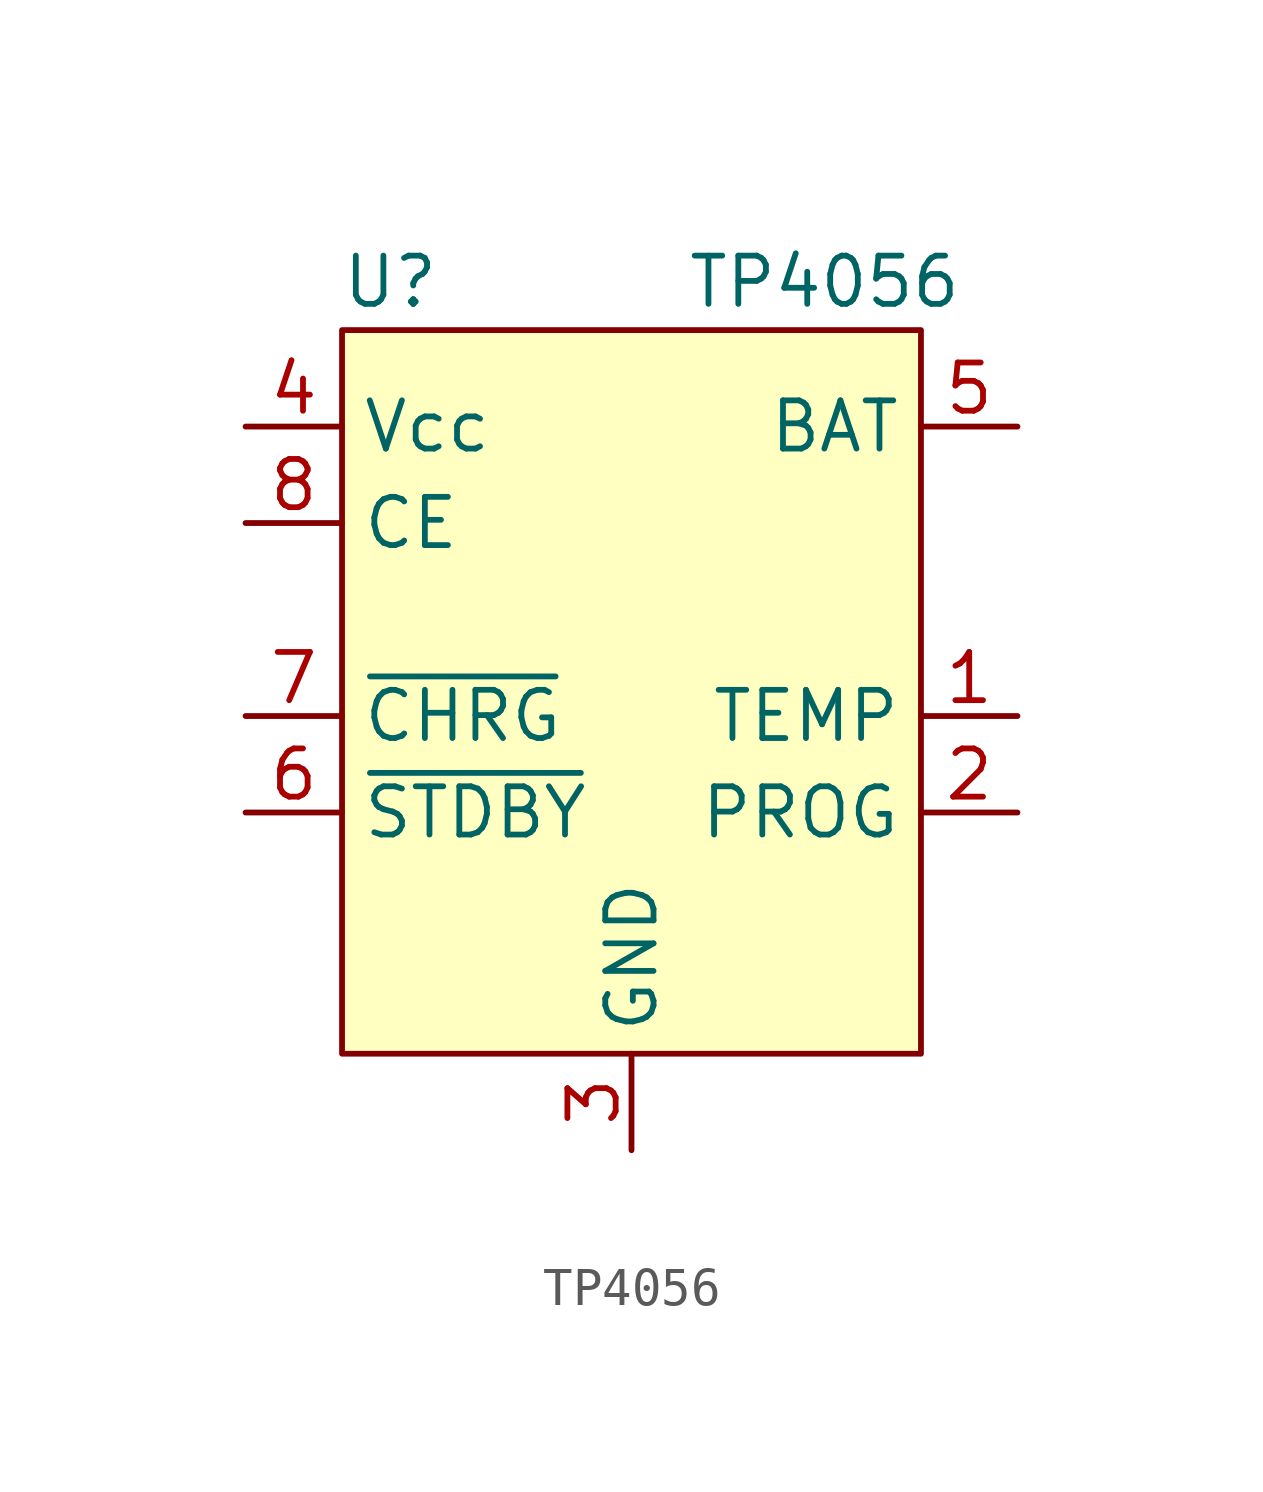
<source format=kicad_sym>
(kicad_symbol_lib
  (version 20211014)
  (generator kicad_symbol_editor)
  (symbol "TP4056"
    (property "Reference" "U"
      (at -6.35 8.89 0)
      (effects (font (size 1.27 1.27))))
    (property "Value" "TP4056"
      (at 5.08 8.89 0)
      (effects (font (size 1.27 1.27))))
    (symbol "TP4056_0_1"
      (rectangle (start -7.62 7.62) (end 7.62 -11.43) (stroke (width 0) (type default) (color 0 0 0 0)) (fill (type background))))
    (symbol "TP4056_1_1"
      (pin input line (at 10.16 -2.54 180) (length 2.54) (name "TEMP" (effects (font (size 1.27 1.27)))) (number "1" (effects (font (size 1.27 1.27)))))
      (pin input line (at 10.16 -5.08 180) (length 2.54) (name "PROG" (effects (font (size 1.27 1.27)))) (number "2" (effects (font (size 1.27 1.27)))))
      (pin power_in line (at 0 -13.97 90) (length 2.54) (name "GND" (effects (font (size 1.27 1.27)))) (number "3" (effects (font (size 1.27 1.27)))))
      (pin power_in line (at -10.16 5.08 0) (length 2.54) (name "Vcc" (effects (font (size 1.27 1.27)))) (number "4" (effects (font (size 1.27 1.27)))))
      (pin power_out line (at 10.16 5.08 180) (length 2.54) (name "BAT" (effects (font (size 1.27 1.27)))) (number "5" (effects (font (size 1.27 1.27)))))
      (pin open_collector line (at -10.16 -5.08 0) (length 2.54) (name "~{STDBY}" (effects (font (size 1.27 1.27)))) (number "6" (effects (font (size 1.27 1.27)))))
      (pin open_collector line (at -10.16 -2.54 0) (length 2.54) (name "~{CHRG}" (effects (font (size 1.27 1.27)))) (number "7" (effects (font (size 1.27 1.27)))))
      (pin input line (at -10.16 2.54 0) (length 2.54) (name "CE" (effects (font (size 1.27 1.27)))) (number "8" (effects (font (size 1.27 1.27))))))))
</source>
